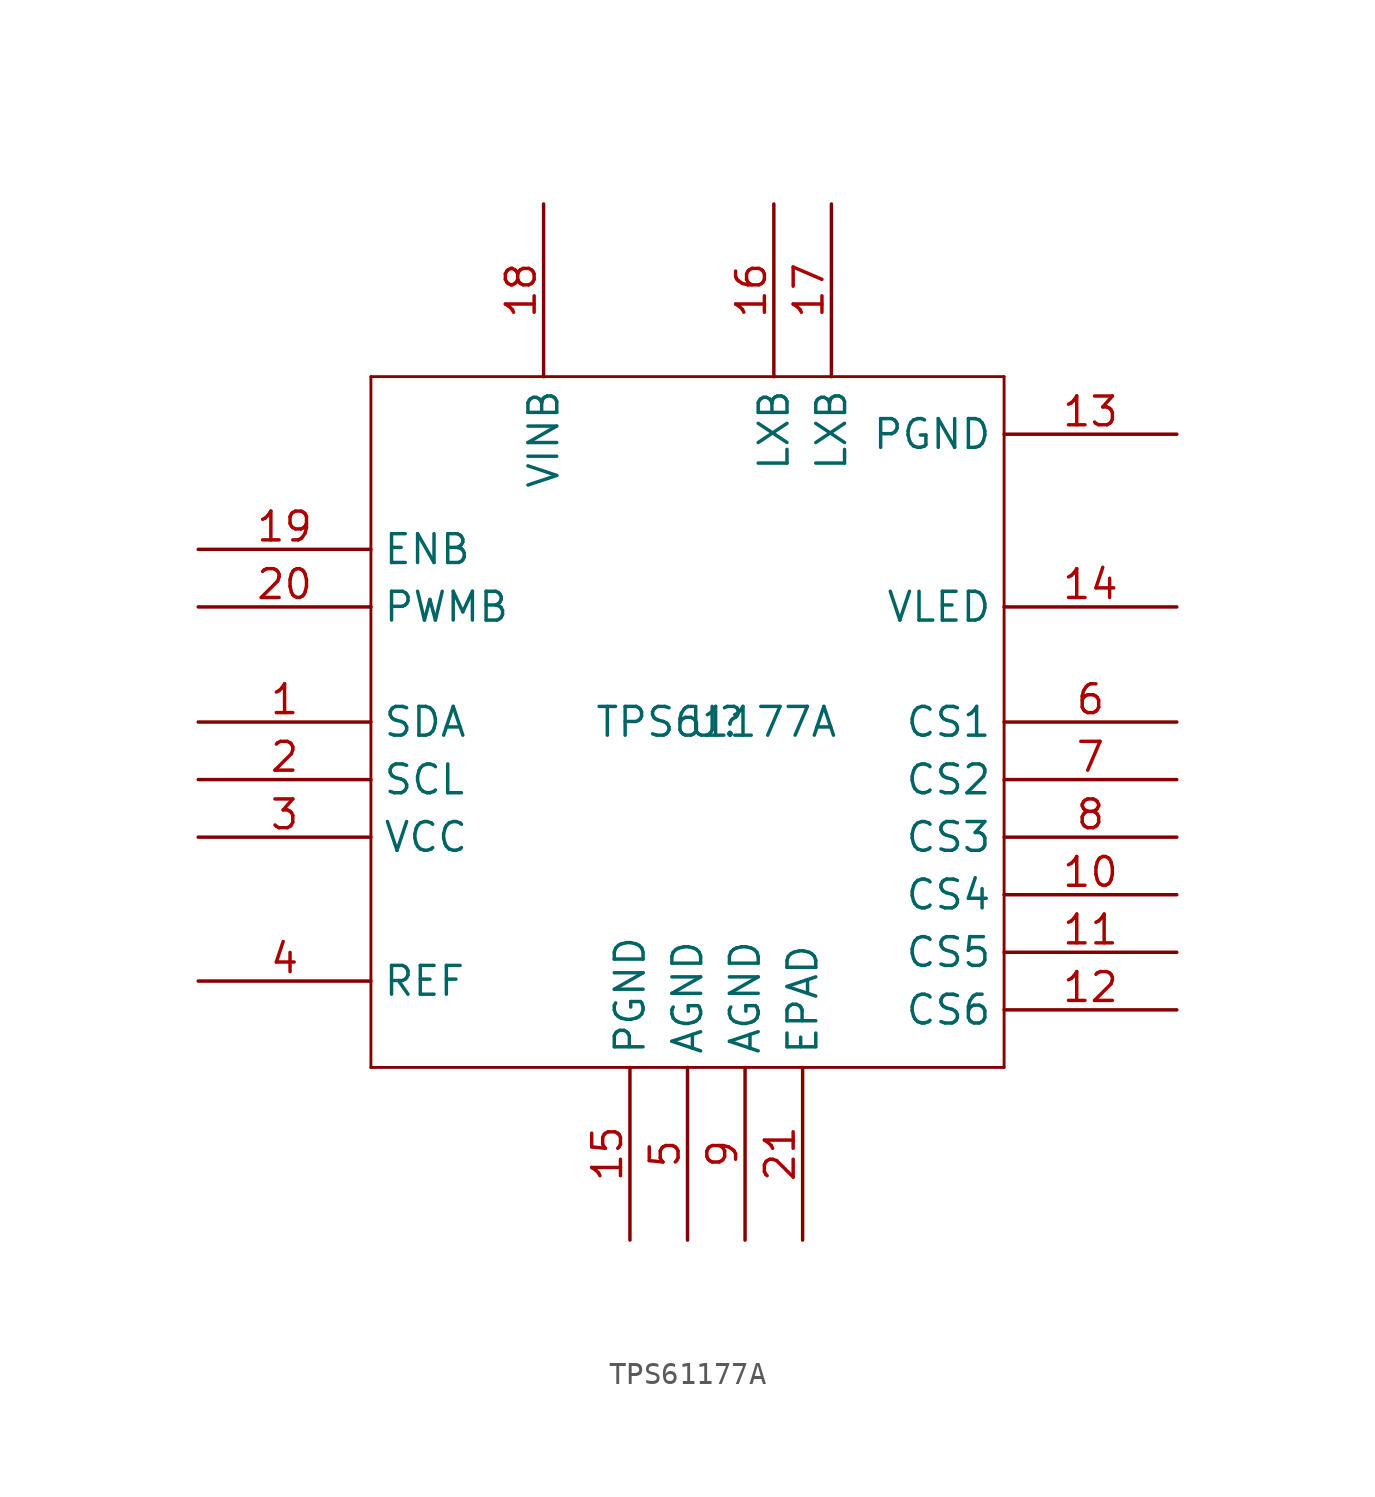
<source format=kicad_sym>
(kicad_symbol_lib
  (version 20211014)
  (generator kicad_symbol_editor)
  (symbol "TPS61177A"
    (property "Reference" "U"
      (at 0 0 0)
      (effects (font (size 1.27 1.27))))
    (property "Value" "TPS61177A"
      (at 0 0 0)
      (effects (font (size 1.27 1.27))))
    (symbol "TPS61177A_0_0"
      (pin power_in line (at -1.27 -22.86 90) (length 7.62) (name "AGND" (effects (font (size 1.27 1.27)))) (number "5" (effects (font (size 1.27 1.27))))))
    (symbol "TPS61177A_1_1"
      (polyline (pts (xy -15.24 -15.24) (xy 12.7 -15.24)) (stroke (width 0.127) (type default) (color 0 0 0 0)) (fill (type none)))
      (polyline (pts (xy -15.24 15.24) (xy -15.24 -15.24)) (stroke (width 0.127) (type default) (color 0 0 0 0)) (fill (type none)))
      (polyline (pts (xy 12.7 -15.24) (xy 12.7 15.24)) (stroke (width 0.127) (type default) (color 0 0 0 0)) (fill (type none)))
      (polyline (pts (xy 12.7 15.24) (xy -15.24 15.24)) (stroke (width 0.127) (type default) (color 0 0 0 0)) (fill (type none)))
      (pin input line (at -22.86 0 0) (length 7.62) (name "SDA" (effects (font (size 1.27 1.27)))) (number "1" (effects (font (size 1.27 1.27)))))
      (pin input line (at 20.32 -7.62 180) (length 7.62) (name "CS4" (effects (font (size 1.27 1.27)))) (number "10" (effects (font (size 1.27 1.27)))))
      (pin input line (at 20.32 -10.16 180) (length 7.62) (name "CS5" (effects (font (size 1.27 1.27)))) (number "11" (effects (font (size 1.27 1.27)))))
      (pin input line (at 20.32 -12.7 180) (length 7.62) (name "CS6" (effects (font (size 1.27 1.27)))) (number "12" (effects (font (size 1.27 1.27)))))
      (pin power_in line (at 20.32 12.7 180) (length 7.62) (name "PGND" (effects (font (size 1.27 1.27)))) (number "13" (effects (font (size 1.27 1.27)))))
      (pin output line (at 20.32 5.08 180) (length 7.62) (name "VLED" (effects (font (size 1.27 1.27)))) (number "14" (effects (font (size 1.27 1.27)))))
      (pin power_out line (at -3.81 -22.86 90) (length 7.62) (name "PGND" (effects (font (size 1.27 1.27)))) (number "15" (effects (font (size 1.27 1.27)))))
      (pin power_out line (at 2.54 22.86 270) (length 7.62) (name "LXB" (effects (font (size 1.27 1.27)))) (number "16" (effects (font (size 1.27 1.27)))))
      (pin power_out line (at 5.08 22.86 270) (length 7.62) (name "LXB" (effects (font (size 1.27 1.27)))) (number "17" (effects (font (size 1.27 1.27)))))
      (pin power_in line (at -7.62 22.86 270) (length 7.62) (name "VINB" (effects (font (size 1.27 1.27)))) (number "18" (effects (font (size 1.27 1.27)))))
      (pin input line (at -22.86 7.62 0) (length 7.62) (name "ENB" (effects (font (size 1.27 1.27)))) (number "19" (effects (font (size 1.27 1.27)))))
      (pin input line (at -22.86 -2.54 0) (length 7.62) (name "SCL" (effects (font (size 1.27 1.27)))) (number "2" (effects (font (size 1.27 1.27)))))
      (pin input line (at -22.86 5.08 0) (length 7.62) (name "PWMB" (effects (font (size 1.27 1.27)))) (number "20" (effects (font (size 1.27 1.27)))))
      (pin power_in line (at 3.81 -22.86 90) (length 7.62) (name "EPAD" (effects (font (size 1.27 1.27)))) (number "21" (effects (font (size 1.27 1.27)))))
      (pin power_in line (at -22.86 -5.08 0) (length 7.62) (name "VCC" (effects (font (size 1.27 1.27)))) (number "3" (effects (font (size 1.27 1.27)))))
      (pin power_out line (at -22.86 -11.43 0) (length 7.62) (name "REF" (effects (font (size 1.27 1.27)))) (number "4" (effects (font (size 1.27 1.27)))))
      (pin input line (at 20.32 0 180) (length 7.62) (name "CS1" (effects (font (size 1.27 1.27)))) (number "6" (effects (font (size 1.27 1.27)))))
      (pin input line (at 20.32 -2.54 180) (length 7.62) (name "CS2" (effects (font (size 1.27 1.27)))) (number "7" (effects (font (size 1.27 1.27)))))
      (pin input line (at 20.32 -5.08 180) (length 7.62) (name "CS3" (effects (font (size 1.27 1.27)))) (number "8" (effects (font (size 1.27 1.27)))))
      (pin power_in line (at 1.27 -22.86 90) (length 7.62) (name "AGND" (effects (font (size 1.27 1.27)))) (number "9" (effects (font (size 1.27 1.27))))))))
</source>
